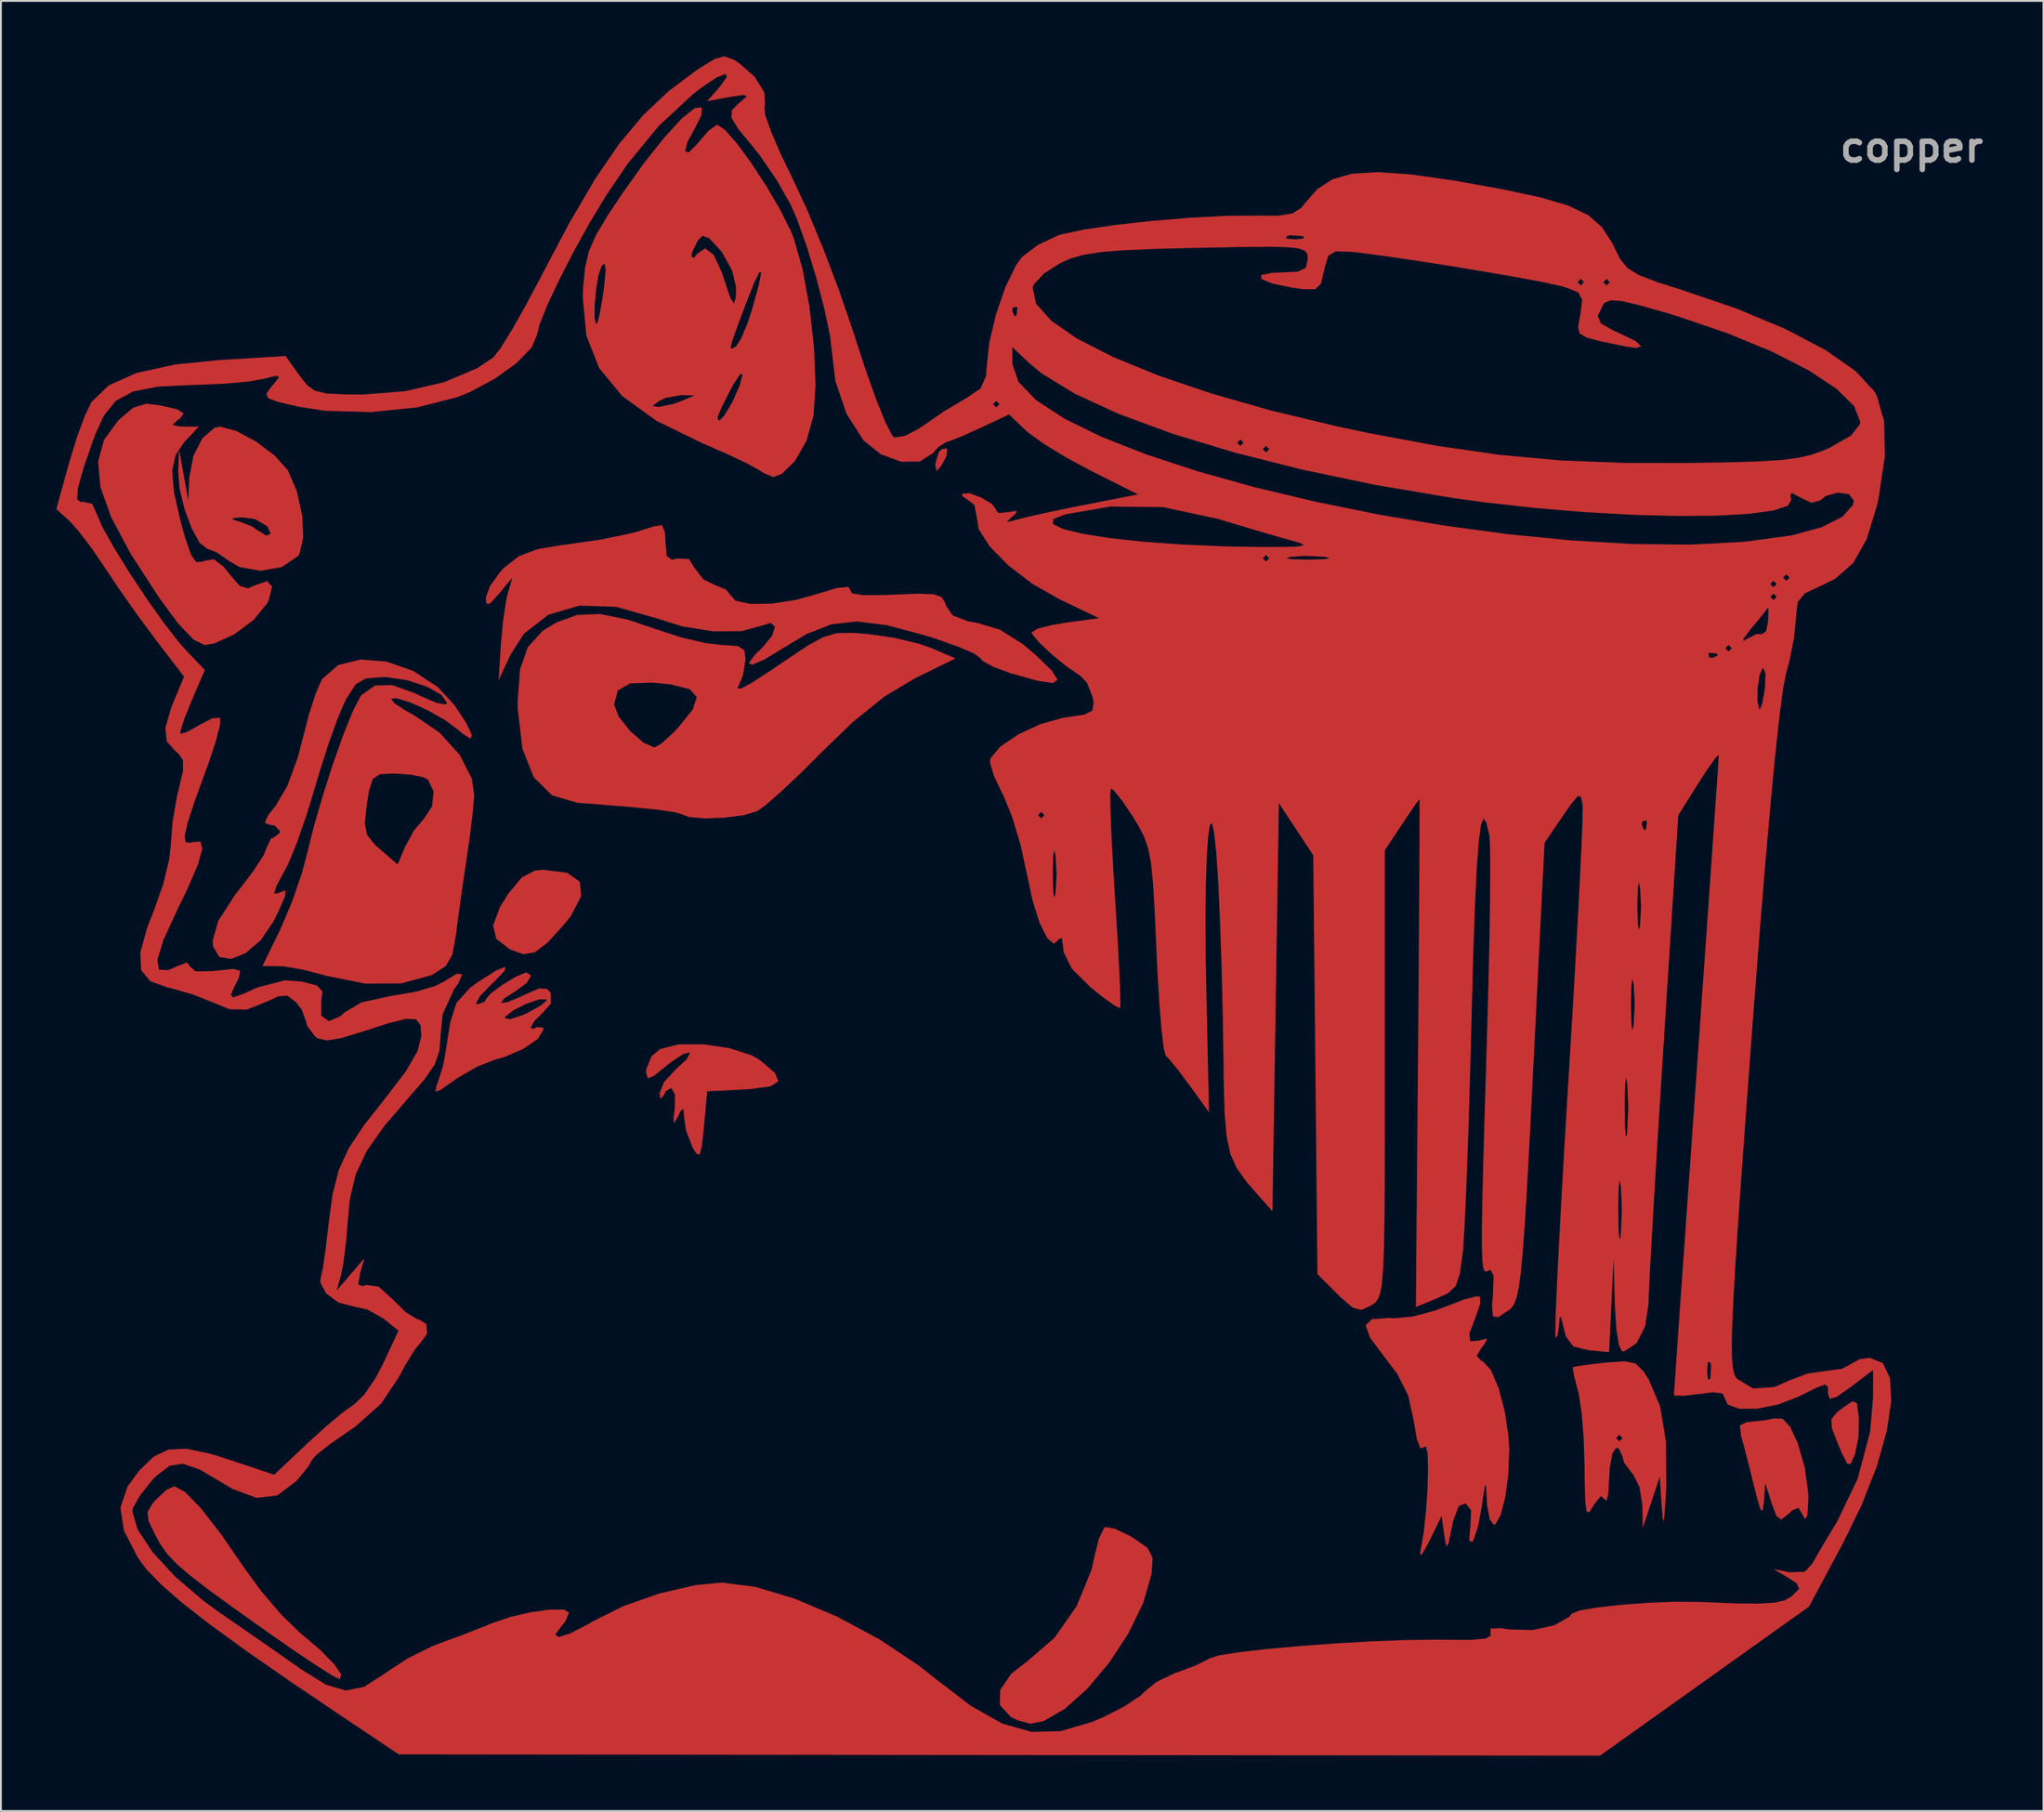
<source format=kicad_pcb>
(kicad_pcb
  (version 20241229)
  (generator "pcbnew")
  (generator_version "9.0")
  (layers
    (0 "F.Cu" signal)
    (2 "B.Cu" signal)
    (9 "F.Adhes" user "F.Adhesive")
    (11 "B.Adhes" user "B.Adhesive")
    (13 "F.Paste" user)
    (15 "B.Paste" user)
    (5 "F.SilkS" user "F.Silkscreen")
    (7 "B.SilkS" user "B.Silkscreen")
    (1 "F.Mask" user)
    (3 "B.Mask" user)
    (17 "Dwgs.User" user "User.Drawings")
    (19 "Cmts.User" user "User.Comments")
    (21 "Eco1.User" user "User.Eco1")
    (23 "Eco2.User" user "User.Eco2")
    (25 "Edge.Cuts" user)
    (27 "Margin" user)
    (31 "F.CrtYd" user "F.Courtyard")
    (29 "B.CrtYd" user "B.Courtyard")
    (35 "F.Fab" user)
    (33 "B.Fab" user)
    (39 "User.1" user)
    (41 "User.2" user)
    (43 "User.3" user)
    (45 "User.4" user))
  (footprint "copper"
    (layer "F.Cu")
    (at 49.697 43.031)
    (property "Reference" "copper" (at 50.8 -38.1 0) (layer "F.Fab") (effects (font (size 1.524 1.524) (thickness 0.3))))
    (attr board_only exclude_from_pos_files exclude_from_bom allow_missing_courtyard)
    (fp_poly (pts (xy -1.483 -21.36) (xy -1.74 -20.877) (xy -2.01 -20.551) (xy -2.081 -20.864) (xy -2.082 -20.943) (xy -1.905 -21.572) (xy -1.74 -21.747) (xy -1.432 -21.775)) (stroke (width 0) (type solid)) (fill yes) (layer "F.Cu"))
    (fp_poly (pts (xy 47.833 29.945) (xy 47.937 30.632) (xy 47.946 30.735) (xy 47.92 31.826) (xy 47.729 32.719) (xy 47.515 33.218) (xy 47.328 33.242) (xy 47.055 32.726) (xy 46.829 32.197) (xy 46.488 31.318) (xy 46.452 30.82) (xy 46.751 30.444) (xy 47.046 30.213) (xy 47.595 29.839)) (stroke (width 0) (type solid)) (fill yes) (layer "F.Cu"))
    (fp_poly (pts (xy -22.024 1.21) (xy -21.336 1.697) (xy -21.27 2.486) (xy -21.834 3.558) (xy -22.144 3.951) (xy -23.08 4.988) (xy -23.784 5.52) (xy -24.413 5.619) (xy -25.124 5.358) (xy -25.147 5.346) (xy -25.865 4.784) (xy -26.038 4.064) (xy -25.67 3.075) (xy -25.213 2.342) (xy -24.482 1.458) (xy -23.76 1.085) (xy -23.328 1.044)) (stroke (width 0) (type solid)) (fill yes) (layer "F.Cu"))
    (fp_poly (pts (xy 7.63 36.744) (xy 8.426 37.119) (xy 8.654 37.252) (xy 9.411 37.788) (xy 9.689 38.32) (xy 9.636 39.144) (xy 9.627 39.201) (xy 9.177 40.77) (xy 8.379 42.412) (xy 7.337 44.001) (xy 6.153 45.41) (xy 4.932 46.51) (xy 3.776 47.173) (xy 3.062 47.31) (xy 2.394 47.135) (xy 2.001 46.945) (xy 1.412 46.299) (xy 1.431 45.484) (xy 2.027 44.605) (xy 2.915 43.915) (xy 4.374 42.655) (xy 5.576 40.933) (xy 6.378 38.972) (xy 6.546 38.219) (xy 6.773 37.296) (xy 7.046 36.723) (xy 7.138 36.65)) (stroke (width 0) (type solid)) (fill yes) (layer "F.Cu"))
    (fp_poly (pts (xy 43.811 30.787) (xy 44.216 31.218) (xy 44.624 32.088) (xy 45.01 33.42) (xy 45.203 34.844) (xy 45.208 35.146) (xy 45.153 36.035) (xy 45.026 36.234) (xy 44.928 36.057) (xy 44.676 35.614) (xy 44.334 35.752) (xy 44.127 35.95) (xy 43.737 36.249) (xy 43.48 36.063) (xy 43.225 35.384) (xy 42.868 34.273) (xy 42.797 35.316) (xy 42.731 35.783) (xy 42.61 35.694) (xy 42.404 34.997) (xy 42.268 34.447) (xy 41.967 33.229) (xy 41.692 32.183) (xy 41.567 31.75) (xy 41.495 31.15) (xy 41.879 30.965) (xy 41.974 30.962) (xy 42.879 30.867) (xy 43.319 30.774)) (stroke (width 0) (type solid)) (fill yes) (layer "F.Cu"))
    (fp_poly (pts (xy -42.729 34.75) (xy -41.871 35.631) (xy -40.769 37.049) (xy -39.568 38.796) (xy -38.591 40.137) (xy -37.5 41.413) (xy -36.514 42.37) (xy -36.416 42.449) (xy -35.394 43.32) (xy -34.648 44.085) (xy -34.266 44.64) (xy -34.334 44.882) (xy -34.377 44.885) (xy -34.756 44.695) (xy -35.579 44.177) (xy -36.727 43.409) (xy -38.079 42.47) (xy -38.12 42.441) (xy -40.029 41.086) (xy -41.452 40.051) (xy -42.477 39.26) (xy -43.193 38.64) (xy -43.687 38.114) (xy -44.046 37.609) (xy -44.308 37.142) (xy -44.7 36.33) (xy -44.755 35.837) (xy -44.475 35.371) (xy -44.318 35.184) (xy -43.728 34.64) (xy -43.307 34.447)) (stroke (width 0) (type solid)) (fill yes) (layer "F.Cu"))
    (fp_poly (pts (xy -39.948 -22.733) (xy -38.871 -22.15) (xy -37.855 -21.386) (xy -37.161 -20.609) (xy -37.145 -20.583) (xy -36.664 -19.452) (xy -36.38 -18.16) (xy -36.323 -16.953) (xy -36.52 -16.079) (xy -36.599 -15.957) (xy -37.473 -15.36) (xy -38.635 -15.153) (xy -39.782 -15.359) (xy -40.313 -15.67) (xy -41.019 -16.158) (xy -41.531 -16.355) (xy -41.93 -16.664) (xy -42.364 -17.452) (xy -42.567 -18.001) (xy -40.175 -18.001) (xy -40.068 -17.905) (xy -39.84 -17.845) (xy -39.102 -17.56) (xy -38.813 -17.363) (xy -38.315 -17.058) (xy -38.083 -17.167) (xy -38.274 -17.571) (xy -38.932 -17.956) (xy -39.621 -18.053) (xy -40.175 -18.001) (xy -42.567 -18.001) (xy -42.754 -18.51) (xy -43.023 -19.629) (xy -43.096 -20.532) (xy -43.046 -21.747) (xy -42.797 -20.355) (xy -42.548 -18.963) (xy -42.499 -20.19) (xy -42.273 -21.378) (xy -41.776 -22.347) (xy -41.124 -22.902) (xy -40.824 -22.964)) (stroke (width 0) (type solid)) (fill yes) (layer "F.Cu"))
    (fp_poly (pts (xy -44.132 -24.129) (xy -43.158 -23.905) (xy -42.803 -23.687) (xy -42.989 -23.412) (xy -43.155 -23.299) (xy -43.397 -23.059) (xy -43.02 -22.974) (xy -42.824 -22.97) (xy -41.98 -22.964) (xy -42.775 -22.118) (xy -43.234 -21.438) (xy -43.418 -20.578) (xy -43.324 -19.403) (xy -42.951 -17.778) (xy -42.73 -16.992) (xy -42.406 -16.029) (xy -42.114 -15.624) (xy -41.753 -15.654) (xy -41.674 -15.695) (xy -41.166 -15.784) (xy -40.629 -15.37) (xy -40.332 -14.996) (xy -39.763 -14.339) (xy -39.315 -14.198) (xy -38.939 -14.366) (xy -38.28 -14.594) (xy -38.009 -14.299) (xy -38.187 -13.571) (xy -38.281 -13.383) (xy -39.001 -12.502) (xy -40.045 -11.72) (xy -41.134 -11.22) (xy -41.664 -11.134) (xy -42.26 -11.42) (xy -43.093 -12.294) (xy -44.1 -13.657) (xy -45.656 -16.056) (xy -46.721 -18.046) (xy -47.308 -19.697) (xy -47.433 -21.074) (xy -47.112 -22.247) (xy -46.36 -23.282) (xy -46.306 -23.336) (xy -45.527 -23.996) (xy -44.824 -24.204)) (stroke (width 0) (type solid)) (fill yes) (layer "F.Cu"))
    (fp_poly (pts (xy -13.231 10.709) (xy -12.017 11.103) (xy -11.577 11.359) (xy -10.774 12.047) (xy -10.578 12.504) (xy -11.016 12.78) (xy -12.114 12.925) (xy -12.416 12.943) (xy -14.44 13.048) (xy -14.614 14.962) (xy -14.726 16.019) (xy -14.845 16.477) (xy -15.021 16.43) (xy -15.223 16.115) (xy -15.582 15.176) (xy -15.682 14.55) (xy -15.724 13.994) (xy -15.869 14.1) (xy -16.037 14.44) (xy -16.238 14.78) (xy -16.264 14.525) (xy -16.195 14.005) (xy -16.185 13.223) (xy -16.381 12.863) (xy -16.681 13.037) (xy -16.819 13.309) (xy -16.973 13.448) (xy -17.022 13.16) (xy -16.786 12.559) (xy -16.177 11.891) (xy -16.126 11.851) (xy -15.556 11.317) (xy -15.372 10.965) (xy -15.387 10.941) (xy -15.738 11.027) (xy -16.397 11.463) (xy -16.658 11.673) (xy -17.346 12.226) (xy -17.658 12.346) (xy -17.742 12.062) (xy -17.745 11.873) (xy -17.463 11.164) (xy -16.999 10.76) (xy -16.005 10.507) (xy -14.655 10.5)) (stroke (width 0) (type solid)) (fill yes) (layer "F.Cu"))
    (fp_poly (pts (xy 35.854 27.8) (xy 36.286 28.229) (xy 36.553 28.647) (xy 37.18 30.124) (xy 37.494 32.029) (xy 37.511 34.462) (xy 37.494 34.795) (xy 37.423 35.904) (xy 37.367 36.353) (xy 37.316 36.18) (xy 37.261 35.49) (xy 37.157 33.925) (xy 36.698 35.316) (xy 36.24 36.708) (xy 36.213 35.446) (xy 36.059 34.484) (xy 35.716 33.8) (xy 35.664 33.751) (xy 35.222 33.158) (xy 35.142 32.838) (xy 34.94 32.403) (xy 34.795 32.359) (xy 34.586 32.671) (xy 34.448 33.465) (xy 34.419 34.012) (xy 34.369 34.863) (xy 34.271 35.24) (xy 34.199 35.177) (xy 33.969 34.978) (xy 33.622 35.4) (xy 33.552 35.525) (xy 33.334 35.858) (xy 33.198 35.816) (xy 33.124 35.309) (xy 33.093 34.246) (xy 33.086 33.403) (xy 33.038 31.867) (xy 33.036 31.837) (xy 34.795 31.837) (xy 34.968 32.011) (xy 35.142 31.837) (xy 34.968 31.663) (xy 34.795 31.837) (xy 33.036 31.837) (xy 32.923 30.45) (xy 32.763 29.41) (xy 32.722 29.25) (xy 32.511 28.449) (xy 32.444 28.013) (xy 32.452 27.992) (xy 32.813 27.921) (xy 33.643 27.812) (xy 34.215 27.747) (xy 35.25 27.672)) (stroke (width 0) (type solid)) (fill yes) (layer "F.Cu"))
    (fp_poly (pts (xy -25.394 6.492) (xy -25.951 7.086) (xy -26.177 7.297) (xy -26.764 7.909) (xy -26.958 8.285) (xy -26.879 8.34) (xy -26.474 8.177) (xy -26.444 8.078) (xy -26.178 7.757) (xy -25.554 7.292) (xy -24.835 6.855) (xy -24.283 6.619) (xy -24.215 6.611) (xy -23.981 6.779) (xy -24.215 7.17) (xy -24.811 7.618) (xy -24.878 7.655) (xy -25.456 8.03) (xy -25.606 8.261) (xy -25.238 8.211) (xy -24.511 7.907) (xy -24.342 7.822) (xy -23.548 7.473) (xy -23.113 7.499) (xy -22.92 7.709) (xy -22.913 8.298) (xy -23.314 8.754) (xy -23.816 9.258) (xy -24.013 9.612) (xy -23.839 9.663) (xy -23.66 9.568) (xy -23.339 9.592) (xy -23.312 9.714) (xy -23.615 10.205) (xy -24.387 10.739) (xy -25.423 11.189) (xy -25.922 11.33) (xy -26.888 11.703) (xy -27.952 12.316) (xy -28.159 12.463) (xy -28.879 12.972) (xy -29.162 13.065) (xy -29.106 12.766) (xy -29.071 12.678) (xy -28.772 11.75) (xy -28.676 11.308) (xy -28.546 10.497) (xy -28.378 9.436) (xy -28.358 9.31) (xy -28.285 9.083) (xy -25.4 9.083) (xy -25.127 9.142) (xy -24.447 8.922) (xy -24.187 8.805) (xy -23.455 8.403) (xy -23.125 8.113) (xy -23.132 8.068) (xy -23.543 8.066) (xy -24.249 8.31) (xy -24.956 8.667) (xy -25.375 9.008) (xy -25.4 9.083) (xy -28.285 9.083) (xy -28.022 8.257) (xy -27.28 7.434) (xy -26.87 7.135) (xy -25.88 6.51) (xy -25.379 6.298)) (stroke (width 0) (type solid)) (fill yes) (layer "F.Cu"))
    (fp_poly (pts (xy -18.73 -12.504) (xy -17.257 -12.004) (xy -15.877 -11.556) (xy -14.55 -11.242) (xy -13.637 -11.134) (xy -12.776 -11.079) (xy -12.417 -10.832) (xy -12.364 -10.334) (xy -12.499 -9.513) (xy -12.657 -9.116) (xy -12.802 -8.793) (xy -12.623 -8.767) (xy -12.053 -9.07) (xy -11.027 -9.735) (xy -10.186 -10.305) (xy -8.999 -11.099) (xy -8.158 -11.563) (xy -7.437 -11.771) (xy -6.612 -11.795) (xy -5.746 -11.731) (xy -4.336 -11.53) (xy -2.982 -11.208) (xy -2.323 -10.979) (xy -0.993 -10.408) (xy -3.193 -9.326) (xy -4.824 -8.352) (xy -6.551 -6.961) (xy -8.177 -5.389) (xy -9.363 -4.205) (xy -10.444 -3.185) (xy -11.288 -2.449) (xy -11.72 -2.137) (xy -12.457 -1.915) (xy -13.497 -1.778) (xy -14.573 -1.739) (xy -15.42 -1.811) (xy -15.74 -1.938) (xy -16.146 -2.068) (xy -17.136 -2.211) (xy -18.746 -2.371) (xy -21.01 -2.551) (xy -21.465 -2.584) (xy -22.836 -2.983) (xy -23.83 -3.96) (xy -24.45 -5.517) (xy -24.699 -7.659) (xy -24.702 -7.908) (xy -19.485 -7.908) (xy -19.229 -7.249) (xy -18.618 -6.476) (xy -17.884 -5.837) (xy -17.291 -5.58) (xy -16.904 -5.807) (xy -16.265 -6.394) (xy -15.986 -6.689) (xy -15.216 -7.651) (xy -15.004 -8.314) (xy -15.384 -8.741) (xy -16.396 -8.995) (xy -17.402 -9.098) (xy -18.618 -9.055) (xy -19.285 -8.668) (xy -19.485 -7.908) (xy -24.702 -7.908) (xy -24.704 -8.088) (xy -24.581 -9.802) (xy -24.157 -11.018) (xy -23.355 -11.897) (xy -22.613 -12.354) (xy -21.486 -12.763) (xy -20.248 -12.817)) (stroke (width 0) (type solid)) (fill yes) (layer "F.Cu"))
    (fp_poly (pts (xy 27.419 24.172) (xy 27.424 24.583) (xy 27.196 25.241) (xy 26.845 26.172) (xy 26.898 26.59) (xy 27.364 26.555) (xy 27.401 26.542) (xy 27.807 26.437) (xy 27.687 26.705) (xy 27.535 26.896) (xy 27.242 27.379) (xy 27.476 27.635) (xy 27.583 27.68) (xy 28.017 28.157) (xy 28.431 29.135) (xy 28.769 30.419) (xy 28.973 31.814) (xy 29.006 32.479) (xy 28.953 33.815) (xy 28.785 35.051) (xy 28.541 36.007) (xy 28.257 36.502) (xy 28.168 36.534) (xy 27.943 36.226) (xy 27.803 35.463) (xy 27.789 35.229) (xy 27.755 34.497) (xy 27.707 34.36) (xy 27.615 34.855) (xy 27.514 35.563) (xy 27.32 36.589) (xy 27.09 37.314) (xy 26.988 37.476) (xy 26.844 37.378) (xy 26.879 36.777) (xy 26.901 36.653) (xy 26.938 35.744) (xy 26.643 35.374) (xy 26.27 35.516) (xy 25.975 36.293) (xy 25.9 36.648) (xy 25.725 37.506) (xy 25.616 37.73) (xy 25.526 37.372) (xy 25.483 37.078) (xy 25.341 36.055) (xy 24.67 37.425) (xy 24.308 38.09) (xy 24.167 38.172) (xy 24.203 37.926) (xy 24.367 36.988) (xy 24.493 35.829) (xy 24.576 34.615) (xy 24.607 33.51) (xy 24.583 32.68) (xy 24.495 32.289) (xy 24.419 32.317) (xy 24.192 32.398) (xy 23.997 31.885) (xy 23.838 30.925) (xy 23.534 29.539) (xy 22.939 28.356) (xy 22.231 27.423) (xy 21.455 26.38) (xy 21.229 25.724) (xy 21.571 25.392) (xy 22.499 25.325) (xy 22.817 25.342) (xy 23.792 25.246) (xy 25.009 24.92) (xy 25.576 24.703) (xy 26.546 24.333) (xy 27.23 24.156)) (stroke (width 0) (type solid)) (fill yes) (layer "F.Cu"))
    (fp_poly (pts (xy -16.721 -17.225) (xy -16.701 -16.715) (xy -16.636 -15.969) (xy -16.361 -15.756) (xy -16.034 -15.823) (xy -15.423 -15.792) (xy -15.14 -15.325) (xy -14.651 -14.695) (xy -14.069 -14.403) (xy -13.428 -14.14) (xy -13.222 -13.896) (xy -12.914 -13.535) (xy -12.104 -13.36) (xy -10.958 -13.373) (xy -9.645 -13.575) (xy -8.65 -13.852) (xy -7.435 -14.217) (xy -6.797 -14.288) (xy -6.714 -14.151) (xy -6.602 -13.935) (xy -5.996 -13.836) (xy -4.813 -13.842) (xy -4.284 -13.865) (xy -2.952 -13.916) (xy -2.156 -13.88) (xy -1.74 -13.724) (xy -1.547 -13.414) (xy -1.507 -13.277) (xy -1.157 -12.749) (xy -0.347 -12.429) (xy 0.171 -12.334) (xy 1.407 -11.968) (xy 2.66 -11.178) (xy 3.353 -10.594) (xy 4.221 -9.754) (xy 4.541 -9.253) (xy 4.292 -9.073) (xy 3.448 -9.197) (xy 2.001 -9.603) (xy 1.05 -9.953) (xy 0.453 -10.285) (xy 0.348 -10.428) (xy 0.038 -10.661) (xy -0.793 -11.023) (xy -1.996 -11.451) (xy -2.688 -11.67) (xy -4.727 -12.211) (xy -6.343 -12.41) (xy -7.73 -12.251) (xy -9.083 -11.715) (xy -10.295 -10.986) (xy -11.345 -10.347) (xy -11.995 -10.066) (xy -12.19 -10.144) (xy -11.874 -10.582) (xy -11.482 -10.96) (xy -10.935 -11.611) (xy -10.773 -12.12) (xy -11 -12.334) (xy -11.459 -12.19) (xy -12.591 -11.884) (xy -14.115 -11.874) (xy -15.799 -12.145) (xy -17.123 -12.562) (xy -19.358 -13.201) (xy -21.348 -13.269) (xy -23.036 -12.78) (xy -24.362 -11.749) (xy -25.092 -10.612) (xy -25.739 -9.221) (xy -25.616 -11.134) (xy -25.501 -12.389) (xy -25.34 -13.486) (xy -25.243 -13.918) (xy -24.993 -14.788) (xy -25.711 -13.918) (xy -26.199 -13.382) (xy -26.401 -13.374) (xy -26.436 -13.684) (xy -26.208 -14.327) (xy -25.632 -15.121) (xy -25.459 -15.304) (xy -24.642 -15.946) (xy -23.629 -16.329) (xy -22.415 -16.53) (xy -20.211 -16.845) (xy -18.423 -17.217) (xy -17.31 -17.568) (xy -16.887 -17.627)) (stroke (width 0) (type solid)) (fill yes) (layer "F.Cu"))
    (fp_poly (pts (xy -14.753 -39.845) (xy -15.088 -39.167) (xy -15.521 -38.369) (xy -15.633 -37.883) (xy -15.447 -37.816) (xy -14.984 -38.279) (xy -14.922 -38.361) (xy -14.354 -39.008) (xy -13.919 -39.314) (xy -13.888 -39.318) (xy -13.465 -39.035) (xy -12.813 -38.286) (xy -12.033 -37.217) (xy -11.223 -35.976) (xy -10.483 -34.71) (xy -9.911 -33.565) (xy -9.758 -33.191) (xy -9.275 -31.506) (xy -8.897 -29.435) (xy -8.653 -27.24) (xy -8.573 -25.186) (xy -8.681 -23.566) (xy -9.06 -22.205) (xy -9.667 -21.136) (xy -9.749 -21.044) (xy -10.399 -20.405) (xy -10.857 -20.229) (xy -11.393 -20.458) (xy -11.666 -20.635) (xy -12.324 -20.993) (xy -13.4 -21.501) (xy -14.664 -22.051) (xy -14.705 -22.068) (xy -17.197 -23.284) (xy -17.481 -23.49) (xy -13.879 -23.49) (xy -13.858 -23.329) (xy -13.753 -23.312) (xy -13.499 -23.587) (xy -13.1 -24.257) (xy -13.057 -24.339) (xy -12.687 -25.178) (xy -12.526 -25.79) (xy -12.526 -25.804) (xy -12.66 -25.799) (xy -13 -25.29) (xy -13.222 -24.878) (xy -13.685 -23.954) (xy -13.879 -23.49) (xy -17.481 -23.49) (xy -18.307 -24.088) (xy -17.396 -24.088) (xy -17.137 -24.035) (xy -17.049 -24.038) (xy -16.303 -24.188) (xy -15.832 -24.356) (xy -15.136 -24.655) (xy -15.832 -24.674) (xy -16.686 -24.525) (xy -17.049 -24.356) (xy -17.396 -24.088) (xy -18.307 -24.088) (xy -19.043 -24.621) (xy -20.291 -26.139) (xy -20.723 -27.232) (xy -13.173 -27.232) (xy -13.089 -27.189) (xy -12.883 -27.308) (xy -12.6 -27.738) (xy -12.239 -28.613) (xy -12.013 -29.305) (xy -11.648 -30.625) (xy -11.516 -31.308) (xy -11.606 -31.347) (xy -11.908 -30.732) (xy -12.364 -29.575) (xy -12.838 -28.304) (xy -13.099 -27.563) (xy -13.173 -27.232) (xy -20.723 -27.232) (xy -20.987 -27.901) (xy -21.076 -28.857) (xy -20.54 -28.857) (xy -20.459 -28.535) (xy -20.399 -28.561) (xy -20.283 -28.96) (xy -20.128 -29.821) (xy -20.037 -30.445) (xy -19.938 -31.44) (xy -19.997 -31.8) (xy -20.161 -31.663) (xy -20.327 -31.18) (xy -20.457 -30.403) (xy -20.534 -29.554) (xy -20.54 -28.857) (xy -21.076 -28.857) (xy -21.18 -29.969) (xy -21.158 -30.505) (xy -21.055 -31.581) (xy -20.915 -32.185) (xy -15.299 -32.185) (xy -15.16 -32.112) (xy -14.995 -32.316) (xy -14.557 -32.628) (xy -14.092 -32.278) (xy -13.635 -31.298) (xy -13.524 -30.953) (xy -13.194 -29.959) (xy -12.99 -29.634) (xy -12.891 -29.966) (xy -12.876 -30.532) (xy -13.097 -31.437) (xy -13.637 -32.405) (xy -13.737 -32.533) (xy -14.327 -33.172) (xy -14.691 -33.302) (xy -14.948 -33.055) (xy -15.253 -32.425) (xy -15.299 -32.185) (xy -20.915 -32.185) (xy -20.85 -32.465) (xy -20.459 -33.356) (xy -19.8 -34.455) (xy -19.059 -35.565) (xy -17.844 -37.269) (xy -16.739 -38.66) (xy -15.809 -39.667) (xy -15.119 -40.22) (xy -14.744 -40.26)) (stroke (width 0) (type solid)) (fill yes) (layer "F.Cu"))
    (fp_poly (pts (xy -31.805 -10.233) (xy -30.36 -9.726) (xy -29.036 -8.858) (xy -28.158 -7.912) (xy -27.493 -6.911) (xy -27.189 -6.271) (xy -27.255 -6.057) (xy -27.701 -6.331) (xy -27.927 -6.534) (xy -28.644 -7.067) (xy -29.58 -7.597) (xy -30.524 -8.024) (xy -31.263 -8.249) (xy -31.56 -8.221) (xy -31.386 -7.981) (xy -30.751 -7.564) (xy -30.325 -7.334) (xy -28.935 -6.385) (xy -27.846 -5.181) (xy -27.19 -3.895) (xy -27.059 -3.017) (xy -27.136 -2.103) (xy -27.293 -0.796) (xy -27.482 0.522) (xy -27.71 2.048) (xy -27.923 3.568) (xy -28.054 4.586) (xy -28.243 5.639) (xy -28.596 6.257) (xy -29.273 6.699) (xy -29.399 6.76) (xy -31.022 7.202) (xy -32.98 7.212) (xy -35.064 6.791) (xy -35.142 6.767) (xy -36.303 6.462) (xy -37.343 6.285) (xy -37.621 6.268) (xy -38.533 6.263) (xy -37.559 4.262) (xy -36.938 2.805) (xy -36.394 1.225) (xy -36.159 0.348) (xy -35.754 -1.272) (xy -35.69 -1.493) (xy -32.986 -1.493) (xy -32.868 -0.847) (xy -32.438 -0.312) (xy -32.164 -0.068) (xy -31.207 0.755) (xy -30.793 -0.232) (xy -30.301 -1.112) (xy -29.803 -1.695) (xy -29.343 -2.388) (xy -29.261 -3.196) (xy -29.559 -3.828) (xy -29.778 -3.964) (xy -30.505 -4.113) (xy -31.478 -4.175) (xy -32.178 -4.13) (xy -32.555 -3.872) (xy -32.762 -3.22) (xy -32.874 -2.533) (xy -32.986 -1.493) (xy -35.69 -1.493) (xy -35.245 -3.031) (xy -34.684 -4.774) (xy -34.124 -6.344) (xy -33.619 -7.587) (xy -33.222 -8.346) (xy -33.153 -8.435) (xy -32.428 -8.938) (xy -31.505 -8.965) (xy -30.248 -8.511) (xy -29.909 -8.344) (xy -29.091 -7.994) (xy -28.597 -7.915) (xy -28.532 -7.987) (xy -28.842 -8.44) (xy -29.634 -8.883) (xy -30.697 -9.228) (xy -31.82 -9.391) (xy -31.987 -9.395) (xy -32.914 -9.328) (xy -33.48 -9.01) (xy -33.968 -8.257) (xy -34.068 -8.062) (xy -34.467 -7.129) (xy -34.959 -5.756) (xy -35.464 -4.179) (xy -35.676 -3.452) (xy -36.154 -1.888) (xy -36.654 -0.45) (xy -37.096 0.641) (xy -37.265 0.977) (xy -37.768 1.908) (xy -37.898 2.332) (xy -37.673 2.317) (xy -37.578 2.262) (xy -37.286 2.168) (xy -37.307 2.486) (xy -37.658 3.291) (xy -37.94 3.855) (xy -38.637 4.874) (xy -39.445 5.561) (xy -40.231 5.875) (xy -40.862 5.772) (xy -41.204 5.211) (xy -41.232 4.903) (xy -40.927 3.819) (xy -40.015 2.403) (xy -39.753 2.072) (xy -39 1.08) (xy -38.467 0.25) (xy -38.274 -0.221) (xy -38.07 -0.653) (xy -37.926 -0.696) (xy -37.588 -0.961) (xy -37.578 -1.044) (xy -37.862 -1.348) (xy -38.131 -1.392) (xy -38.4 -1.501) (xy -38.226 -1.903) (xy -37.813 -2.427) (xy -37.186 -3.487) (xy -36.62 -5.03) (xy -36.369 -5.993) (xy -36.019 -7.349) (xy -35.641 -8.522) (xy -35.313 -9.267) (xy -35.298 -9.291) (xy -34.429 -10.046) (xy -33.213 -10.349)) (stroke (width 0) (type solid)) (fill yes) (layer "F.Cu"))
    (fp_poly (pts (xy -13.002 -42.846) (xy -12.717 -42.666) (xy -11.862 -41.914) (xy -11.352 -41.088) (xy -11.303 -40.388) (xy -11.348 -40.298) (xy -11.296 -39.846) (xy -10.97 -38.922) (xy -10.425 -37.665) (xy -9.806 -36.391) (xy -9.027 -34.717) (xy -8.158 -32.619) (xy -7.296 -30.342) (xy -6.537 -28.132) (xy -6.407 -27.723) (xy -5.818 -25.925) (xy -5.262 -24.377) (xy -4.783 -23.199) (xy -4.43 -22.507) (xy -4.307 -22.378) (xy -3.743 -22.455) (xy -2.937 -22.875) (xy -2.693 -23.048) (xy -1.624 -23.786) (xy -0.959 -24.182) (xy 1.044 -24.182) (xy 1.218 -24.008) (xy 1.392 -24.182) (xy 1.218 -24.356) (xy 1.044 -24.182) (xy -0.959 -24.182) (xy -0.528 -24.439) (xy -0.435 -24.488) (xy 0.362 -25.031) (xy 0.668 -25.712) (xy 0.696 -26.169) (xy 0.811 -27.27) (xy 2.088 -27.27) (xy 2.088 -26.366) (xy 2.424 -25.389) (xy 3.386 -24.395) (xy 4.907 -23.398) (xy 6.917 -22.414) (xy 9.348 -21.458) (xy 12.13 -20.544) (xy 15.197 -19.687) (xy 18.478 -18.904) (xy 21.906 -18.208) (xy 25.411 -17.615) (xy 28.926 -17.14) (xy 32.381 -16.799) (xy 35.708 -16.605) (xy 38.838 -16.574) (xy 41.703 -16.722) (xy 44.235 -17.062) (xy 44.358 -17.086) (xy 45.932 -17.517) (xy 47.053 -18.081) (xy 47.62 -18.719) (xy 47.668 -18.967) (xy 47.397 -19.31) (xy 46.786 -19.389) (xy 46.138 -19.206) (xy 45.852 -18.963) (xy 45.374 -18.844) (xy 44.845 -19.084) (xy 44.314 -19.372) (xy 44.219 -19.242) (xy 44.291 -19.025) (xy 44.107 -18.682) (xy 43.315 -18.42) (xy 41.998 -18.241) (xy 40.24 -18.142) (xy 38.123 -18.124) (xy 35.73 -18.187) (xy 33.146 -18.33) (xy 30.452 -18.553) (xy 27.732 -18.855) (xy 25.922 -19.104) (xy 21.738 -19.811) (xy 17.765 -20.643) (xy 14.078 -21.576) (xy 13.517 -21.747) (xy 15.658 -21.747) (xy 15.832 -21.573) (xy 16.005 -21.747) (xy 15.832 -21.921) (xy 15.658 -21.747) (xy 13.517 -21.747) (xy 12.372 -22.095) (xy 14.266 -22.095) (xy 14.44 -21.921) (xy 14.614 -22.095) (xy 14.44 -22.268) (xy 14.266 -22.095) (xy 12.372 -22.095) (xy 10.75 -22.587) (xy 7.857 -23.652) (xy 5.475 -24.748) (xy 3.676 -25.849) (xy 3.045 -26.372) (xy 2.088 -27.27) (xy 0.811 -27.27) (xy 0.836 -27.504) (xy 1.203 -29.042) (xy 1.267 -29.227) (xy 2.088 -29.227) (xy 2.215 -28.941) (xy 2.32 -28.995) (xy 2.361 -29.408) (xy 2.32 -29.459) (xy 2.113 -29.412) (xy 2.088 -29.227) (xy 1.267 -29.227) (xy 1.705 -30.501) (xy 3.187 -30.501) (xy 3.371 -29.636) (xy 4.194 -28.705) (xy 5.606 -27.73) (xy 7.555 -26.734) (xy 9.991 -25.738) (xy 12.862 -24.764) (xy 16.118 -23.835) (xy 19.707 -22.973) (xy 21.365 -22.623) (xy 25.13 -21.92) (xy 28.513 -21.433) (xy 31.784 -21.134) (xy 35.213 -21) (xy 38.448 -20.995) (xy 40.743 -21.028) (xy 42.465 -21.079) (xy 43.737 -21.158) (xy 44.684 -21.28) (xy 45.427 -21.456) (xy 46.09 -21.701) (xy 46.364 -21.822) (xy 47.519 -22.48) (xy 48 -23.094) (xy 48.016 -23.228) (xy 47.686 -24.074) (xy 46.737 -25.013) (xy 45.237 -26.009) (xy 43.251 -27.023) (xy 40.845 -28.018) (xy 38.085 -28.957) (xy 37.641 -29.092) (xy 36.113 -29.532) (xy 35.114 -29.767) (xy 34.515 -29.812) (xy 34.186 -29.685) (xy 34.08 -29.557) (xy 33.802 -28.966) (xy 33.969 -28.555) (xy 34.677 -28.157) (xy 34.968 -28.032) (xy 35.843 -27.605) (xy 36.155 -27.318) (xy 35.876 -27.226) (xy 35.316 -27.307) (xy 33.975 -27.586) (xy 33.182 -27.794) (xy 32.812 -28.021) (xy 32.736 -28.358) (xy 32.827 -28.896) (xy 32.858 -29.052) (xy 32.954 -29.83) (xy 32.746 -30.239) (xy 32.068 -30.507) (xy 31.763 -30.591) (xy 30.893 -30.783) (xy 30.84 -30.793) (xy 32.707 -30.793) (xy 32.881 -30.619) (xy 33.055 -30.793) (xy 34.099 -30.793) (xy 34.273 -30.619) (xy 34.447 -30.793) (xy 34.273 -30.967) (xy 34.099 -30.793) (xy 33.055 -30.793) (xy 32.881 -30.967) (xy 32.707 -30.793) (xy 30.84 -30.793) (xy 29.507 -31.044) (xy 27.778 -31.345) (xy 25.88 -31.658) (xy 23.985 -31.955) (xy 22.266 -32.208) (xy 20.897 -32.388) (xy 20.467 -32.435) (xy 19.613 -32.467) (xy 19.204 -32.225) (xy 18.997 -31.543) (xy 18.972 -31.415) (xy 18.799 -30.702) (xy 18.494 -30.408) (xy 17.836 -30.411) (xy 17.294 -30.488) (xy 16.168 -30.72) (xy 15.58 -30.967) (xy 15.569 -31.178) (xy 16.178 -31.301) (xy 16.632 -31.315) (xy 17.566 -31.365) (xy 17.992 -31.576) (xy 18.093 -32.041) (xy 18.093 -32.045) (xy 18.071 -32.309) (xy 17.941 -32.498) (xy 17.605 -32.621) (xy 16.968 -32.689) (xy 15.932 -32.711) (xy 14.401 -32.696) (xy 12.279 -32.656) (xy 12.091 -32.652) (xy 9.818 -32.595) (xy 8.12 -32.523) (xy 6.875 -32.422) (xy 5.963 -32.279) (xy 5.263 -32.08) (xy 4.697 -31.835) (xy 3.82 -31.275) (xy 3.266 -30.691) (xy 3.187 -30.501) (xy 1.705 -30.501) (xy 1.715 -30.531) (xy 2.293 -31.718) (xy 2.612 -32.155) (xy 3.481 -32.817) (xy 4.212 -33.158) (xy 16.919 -33.158) (xy 17.397 -33.11) (xy 17.891 -33.164) (xy 17.832 -33.285) (xy 17.12 -33.331) (xy 16.962 -33.285) (xy 16.919 -33.158) (xy 4.212 -33.158) (xy 4.585 -33.333) (xy 4.742 -33.381) (xy 5.965 -33.642) (xy 7.676 -33.892) (xy 9.668 -34.114) (xy 11.733 -34.285) (xy 13.663 -34.387) (xy 15.238 -34.399) (xy 16.489 -34.396) (xy 17.248 -34.512) (xy 17.718 -34.799) (xy 17.956 -35.089) (xy 18.614 -35.841) (xy 19.428 -36.366) (xy 20.486 -36.668) (xy 21.875 -36.754) (xy 23.68 -36.63) (xy 25.989 -36.303) (xy 28.587 -35.835) (xy 30.68 -35.391) (xy 32.202 -34.943) (xy 33.275 -34.428) (xy 34.021 -33.782) (xy 34.564 -32.944) (xy 34.675 -32.712) (xy 35.024 -32.026) (xy 35.426 -31.546) (xy 36.039 -31.17) (xy 37.026 -30.795) (xy 38.274 -30.4) (xy 41.327 -29.36) (xy 43.97 -28.253) (xy 46.138 -27.114) (xy 47.762 -25.979) (xy 48.777 -24.885) (xy 48.911 -24.657) (xy 49.317 -23.232) (xy 49.348 -21.323) (xy 49.002 -19.036) (xy 48.93 -18.715) (xy 48.367 -16.868) (xy 47.64 -15.579) (xy 46.657 -14.717) (xy 45.893 -14.345) (xy 45.022 -13.936) (xy 44.632 -13.469) (xy 44.538 -12.701) (xy 44.537 -12.591) (xy 44.432 -11.52) (xy 44.168 -10.204) (xy 44.003 -9.599) (xy 43.842 -8.784) (xy 43.644 -7.3) (xy 43.413 -5.174) (xy 43.15 -2.433) (xy 42.859 0.896) (xy 42.542 4.789) (xy 42.2 9.217) (xy 42.135 10.09) (xy 41.838 14.108) (xy 41.592 17.489) (xy 41.396 20.29) (xy 41.248 22.567) (xy 41.143 24.377) (xy 41.082 25.776) (xy 41.059 26.822) (xy 41.075 27.572) (xy 41.125 28.081) (xy 41.207 28.406) (xy 41.319 28.605) (xy 41.331 28.618) (xy 42.214 29.148) (xy 43.36 29.072) (xy 44.189 28.705) (xy 45.191 28.335) (xy 46.169 28.196) (xy 47.005 28.088) (xy 47.489 27.845) (xy 47.495 27.836) (xy 47.976 27.563) (xy 48.531 27.488) (xy 49.246 27.777) (xy 49.63 28.591) (xy 49.695 29.849) (xy 49.452 31.469) (xy 48.914 33.369) (xy 48.091 35.469) (xy 47.126 37.446) (xy 45.244 40.966) (xy 39.584 45.004) (xy 33.925 49.041) (xy 1.392 49.008) (xy -31.141 48.974) (xy -33.925 47.114) (xy -36.924 45.09) (xy -39.38 43.385) (xy -41.344 41.959) (xy -42.869 40.77) (xy -44.008 39.78) (xy -44.811 38.947) (xy -45.269 38.335) (xy -46.034 36.849) (xy -46.223 35.606) (xy -45.835 34.451) (xy -45.197 33.589) (xy -44.42 32.842) (xy -43.619 32.455) (xy -42.632 32.415) (xy -41.294 32.703) (xy -40.067 33.092) (xy -37.897 33.824) (xy -36.076 32.102) (xy -35.066 31.186) (xy -34.161 30.433) (xy -33.557 30.006) (xy -33.552 30.003) (xy -33.019 29.489) (xy -32.396 28.565) (xy -32.005 27.823) (xy -31.16 26.019) (xy -31.972 25.362) (xy -32.838 24.875) (xy -33.59 24.704) (xy -34.411 24.494) (xy -35.087 23.993) (xy -35.4 23.391) (xy -35.371 23.154) (xy -35.256 22.615) (xy -35.109 21.603) (xy -34.962 20.334) (xy -34.961 20.328) (xy -34.738 18.654) (xy -34.403 17.328) (xy -33.858 16.134) (xy -33.009 14.857) (xy -31.888 13.439) (xy -30.761 11.961) (xy -30.121 10.851) (xy -29.923 10.046) (xy -29.974 9.454) (xy -30.208 9.149) (xy -30.745 9.12) (xy -31.706 9.358) (xy -32.996 9.777) (xy -34.255 10.164) (xy -35.046 10.291) (xy -35.539 10.177) (xy -35.674 10.083) (xy -36.11 9.504) (xy -36.186 9.203) (xy -36.414 8.606) (xy -36.73 8.204) (xy -37.186 7.864) (xy -37.694 7.907) (xy -38.279 8.179) (xy -39.371 8.619) (xy -40.299 8.604) (xy -41.29 8.203) (xy -42.308 7.798) (xy -43.508 7.455) (xy -43.667 7.421) (xy -44.61 7.08) (xy -45.099 6.485) (xy -45.149 5.546) (xy -44.776 4.177) (xy -44.383 3.178) (xy -43.906 1.825) (xy -43.583 0.49) (xy -43.493 -0.332) (xy -43.396 -1.579) (xy -43.154 -2.968) (xy -43.064 -3.333) (xy -42.832 -4.337) (xy -42.839 -4.908) (xy -43.106 -5.274) (xy -43.238 -5.377) (xy -43.713 -5.91) (xy -43.792 -6.634) (xy -43.481 -7.72) (xy -43.309 -8.147) (xy -42.777 -9.421) (xy -44.304 -11.408) (xy -45.317 -12.777) (xy -46.371 -14.279) (xy -47.056 -15.31) (xy -47.813 -16.42) (xy -48.538 -17.366) (xy -48.989 -17.859) (xy -49.697 -18.495) (xy -49.551 -19.026) (xy -48.566 -19.026) (xy -48.348 -18.866) (xy -48.24 -18.896) (xy -47.757 -18.783) (xy -47.534 -18.3) (xy -47.219 -17.564) (xy -46.59 -16.437) (xy -45.752 -15.081) (xy -44.812 -13.66) (xy -43.876 -12.336) (xy -43.049 -11.273) (xy -42.71 -10.89) (xy -41.65 -9.777) (xy -42.371 -8.11) (xy -42.757 -7.152) (xy -42.966 -6.495) (xy -42.975 -6.325) (xy -42.638 -6.411) (xy -41.983 -6.781) (xy -41.947 -6.804) (xy -41.254 -7.159) (xy -40.831 -7.196) (xy -40.823 -7.189) (xy -40.836 -6.785) (xy -41.061 -5.908) (xy -41.451 -4.729) (xy -41.556 -4.445) (xy -42.195 -2.693) (xy -42.586 -1.499) (xy -42.745 -0.779) (xy -42.689 -0.447) (xy -42.433 -0.419) (xy -42.327 -0.454) (xy -41.889 -0.486) (xy -41.787 -0.091) (xy -42.031 0.777) (xy -42.632 2.162) (xy -43.155 3.234) (xy -43.895 4.849) (xy -44.222 5.918) (xy -44.136 6.458) (xy -43.636 6.484) (xy -43.183 6.283) (xy -42.613 6.065) (xy -42.449 6.287) (xy -42.449 6.297) (xy -42.14 6.549) (xy -41.203 6.534) (xy -41.058 6.516) (xy -40.113 6.416) (xy -39.738 6.518) (xy -39.814 6.914) (xy -40.026 7.33) (xy -40.245 7.817) (xy -40.125 7.96) (xy -39.562 7.767) (xy -38.846 7.435) (xy -37.315 7.033) (xy -36.396 7.103) (xy -35.575 7.316) (xy -35.284 7.635) (xy -35.342 8.155) (xy -35.342 8.948) (xy -34.941 9.248) (xy -34.302 8.973) (xy -34.104 8.784) (xy -33.168 8.231) (xy -31.595 7.882) (xy -31.434 7.862) (xy -30.201 7.646) (xy -29.172 7.342) (xy -28.726 7.117) (xy -27.993 6.667) (xy -27.712 6.709) (xy -27.926 7.21) (xy -28.158 7.528) (xy -28.767 8.861) (xy -28.879 9.96) (xy -28.942 10.85) (xy -29.201 11.596) (xy -29.766 12.418) (xy -30.537 13.305) (xy -31.933 14.931) (xy -32.882 16.279) (xy -33.471 17.522) (xy -33.787 18.827) (xy -33.892 19.879) (xy -34.001 21.199) (xy -34.147 22.355) (xy -34.266 22.964) (xy -34.506 23.834) (xy -33.758 22.964) (xy -33.011 22.095) (xy -33.247 22.93) (xy -33.343 23.517) (xy -33.08 23.602) (xy -32.897 23.541) (xy -32.238 23.628) (xy -31.434 24.358) (xy -30.752 25.031) (xy -30.165 25.384) (xy -30.066 25.4) (xy -29.658 25.652) (xy -29.61 26.179) (xy -29.93 26.622) (xy -30.276 27.037) (xy -30.785 27.866) (xy -31.142 28.534) (xy -32.102 29.97) (xy -33.485 31.2) (xy -33.919 31.501) (xy -34.894 32.18) (xy -35.585 32.723) (xy -35.838 33.005) (xy -36.053 33.387) (xy -36.584 34.038) (xy -36.722 34.189) (xy -37.734 34.945) (xy -38.851 35.076) (xy -40.166 34.585) (xy -40.63 34.306) (xy -41.914 33.547) (xy -42.835 33.225) (xy -43.562 33.336) (xy -44.268 33.873) (xy -44.536 34.153) (xy -45.176 34.958) (xy -45.545 35.625) (xy -45.581 35.792) (xy -45.291 36.791) (xy -44.485 38.011) (xy -43.258 39.341) (xy -41.706 40.669) (xy -40.884 41.267) (xy -39.432 42.27) (xy -37.971 43.285) (xy -36.748 44.142) (xy -36.409 44.381) (xy -35.075 45.206) (xy -34.009 45.513) (xy -33.021 45.31) (xy -31.922 44.604) (xy -31.862 44.557) (xy -30.691 43.788) (xy -29.337 43.113) (xy -28.944 42.961) (xy -27.689 42.5) (xy -26.488 42.028) (xy -26.147 41.885) (xy -25.129 41.534) (xy -24.002 41.272) (xy -22.961 41.126) (xy -22.202 41.126) (xy -21.921 41.289) (xy -22.141 41.797) (xy -22.332 42.026) (xy -22.669 42.483) (xy -22.488 42.613) (xy -21.883 42.43) (xy -20.942 41.947) (xy -20.66 41.778) (xy -18.98 40.939) (xy -17.003 40.248) (xy -15.035 39.795) (xy -13.637 39.666) (xy -11.836 39.896) (xy -9.702 40.535) (xy -7.403 41.509) (xy -5.106 42.742) (xy -2.98 44.16) (xy -2.133 44.829) (xy -0.162 46.342) (xy 1.55 47.307) (xy 3.132 47.754) (xy 4.716 47.71) (xy 6.431 47.206) (xy 7.133 46.904) (xy 8.195 46.35) (xy 9.023 45.796) (xy 9.309 45.523) (xy 9.917 45.035) (xy 10.857 44.585) (xy 11.048 44.518) (xy 12.001 44.163) (xy 12.69 43.823) (xy 12.771 43.767) (xy 13.284 43.608) (xy 14.359 43.438) (xy 15.86 43.266) (xy 17.653 43.104) (xy 19.605 42.961) (xy 21.579 42.849) (xy 23.443 42.777) (xy 25.061 42.757) (xy 25.517 42.764) (xy 26.93 42.769) (xy 27.734 42.696) (xy 28.016 42.532) (xy 27.985 42.41) (xy 27.993 42.158) (xy 28.536 42.136) (xy 29.024 42.203) (xy 30.273 42.235) (xy 31.438 41.984) (xy 32.258 41.516) (xy 32.396 41.345) (xy 32.815 41.179) (xy 33.755 41.016) (xy 35.041 40.872) (xy 36.5 40.762) (xy 37.956 40.703) (xy 39.236 40.71) (xy 39.318 40.713) (xy 41.187 40.789) (xy 42.49 40.806) (xy 43.356 40.756) (xy 43.912 40.632) (xy 44.286 40.424) (xy 44.333 40.386) (xy 44.711 39.993) (xy 44.559 39.69) (xy 44.126 39.41) (xy 43.319 38.93) (xy 44.199 39.111) (xy 45.011 39.075) (xy 45.417 38.647) (xy 45.787 37.992) (xy 46.369 37.012) (xy 46.777 36.343) (xy 47.879 34.036) (xy 48.55 31.506) (xy 48.712 29.656) (xy 48.712 28.148) (xy 47.495 29.077) (xy 46.731 29.61) (xy 46.364 29.707) (xy 46.277 29.443) (xy 46.264 29.055) (xy 46.117 28.933) (xy 45.677 29.09) (xy 44.782 29.539) (xy 44.711 29.575) (xy 43.573 30.017) (xy 42.427 30.243) (xy 41.454 30.246) (xy 40.836 30.017) (xy 40.71 29.745) (xy 40.568 29.422) (xy 40.035 29.353) (xy 39.318 29.442) (xy 38.452 29.543) (xy 37.965 29.527) (xy 37.926 29.494) (xy 37.95 29.123) (xy 38.015 28.184) (xy 39.721 28.184) (xy 39.775 28.678) (xy 39.896 28.618) (xy 39.942 27.906) (xy 39.896 27.749) (xy 39.769 27.705) (xy 39.721 28.184) (xy 38.015 28.184) (xy 38.019 28.126) (xy 38.127 26.568) (xy 38.271 24.517) (xy 38.446 22.04) (xy 38.646 19.204) (xy 38.867 16.075) (xy 39.105 12.722) (xy 39.144 12.178) (xy 39.384 8.793) (xy 39.608 5.622) (xy 39.811 2.731) (xy 39.989 0.188) (xy 40.137 -1.941) (xy 40.251 -3.587) (xy 40.325 -4.684) (xy 40.355 -5.165) (xy 40.355 -5.18) (xy 40.186 -5.03) (xy 39.755 -4.424) (xy 39.255 -3.653) (xy 38.162 -1.914) (xy 37.359 10.612) (xy 37.173 13.56) (xy 37.001 16.342) (xy 36.849 18.869) (xy 36.722 21.051) (xy 36.626 22.797) (xy 36.565 24.019) (xy 36.545 24.592) (xy 36.361 25.794) (xy 35.896 26.7) (xy 35.252 27.127) (xy 35.118 27.14) (xy 34.952 26.821) (xy 34.814 25.979) (xy 34.731 24.787) (xy 34.725 24.617) (xy 34.656 22.095) (xy 34.536 24.638) (xy 34.415 27.181) (xy 33.302 27.074) (xy 32.476 26.872) (xy 32.077 26.336) (xy 31.967 25.922) (xy 31.813 25.282) (xy 31.737 25.293) (xy 31.704 25.719) (xy 31.621 26.298) (xy 31.509 26.406) (xy 31.497 26.037) (xy 31.525 25.048) (xy 31.591 23.513) (xy 31.69 21.508) (xy 31.798 19.485) (xy 34.912 19.485) (xy 34.927 20.53) (xy 34.967 21.051) (xy 35.025 20.974) (xy 35.048 20.79) (xy 35.104 19.483) (xy 35.048 18.18) (xy 34.986 17.874) (xy 34.938 18.191) (xy 34.913 19.059) (xy 34.912 19.485) (xy 31.798 19.485) (xy 31.819 19.106) (xy 31.974 16.382) (xy 32.121 13.918) (xy 35.259 13.918) (xy 35.275 14.963) (xy 35.315 15.484) (xy 35.373 15.407) (xy 35.396 15.223) (xy 35.452 13.916) (xy 35.396 12.613) (xy 35.334 12.307) (xy 35.286 12.624) (xy 35.261 13.492) (xy 35.259 13.918) (xy 32.121 13.918) (xy 32.151 13.412) (xy 32.217 12.343) (xy 32.403 9.27) (xy 32.457 8.351) (xy 35.602 8.351) (xy 35.62 9.307) (xy 35.667 9.732) (xy 35.733 9.55) (xy 35.742 9.482) (xy 35.8 8.261) (xy 35.742 7.22) (xy 35.674 6.957) (xy 35.624 7.312) (xy 35.602 8.208) (xy 35.602 8.351) (xy 32.457 8.351) (xy 32.571 6.389) (xy 32.716 3.78) (xy 32.759 2.958) (xy 35.946 2.958) (xy 35.964 3.882) (xy 36.015 4.288) (xy 36.087 4.095) (xy 36.148 3.037) (xy 36.091 2.007) (xy 36.019 1.72) (xy 35.968 2.056) (xy 35.946 2.942) (xy 35.946 2.958) (xy 32.759 2.958) (xy 32.834 1.522) (xy 32.921 -0.304) (xy 32.963 -1.392) (xy 36.186 -1.392) (xy 36.314 -1.105) (xy 36.418 -1.16) (xy 36.46 -1.573) (xy 36.418 -1.624) (xy 36.211 -1.576) (xy 36.186 -1.392) (xy 32.963 -1.392) (xy 32.972 -1.62) (xy 32.984 -2.345) (xy 32.979 -2.436) (xy 32.894 -2.906) (xy 32.718 -2.948) (xy 32.345 -2.505) (xy 31.899 -1.859) (xy 30.917 -0.412) (xy 30.296 11.984) (xy 30.13 15.267) (xy 29.987 17.923) (xy 29.862 20.023) (xy 29.748 21.635) (xy 29.637 22.83) (xy 29.522 23.676) (xy 29.398 24.243) (xy 29.257 24.6) (xy 29.092 24.816) (xy 29.017 24.879) (xy 28.405 25.287) (xy 28.12 25.239) (xy 28.074 24.646) (xy 28.128 23.962) (xy 28.155 23.031) (xy 27.991 22.726) (xy 27.877 22.765) (xy 27.757 22.821) (xy 27.662 22.782) (xy 27.592 22.587) (xy 27.546 22.171) (xy 27.523 21.471) (xy 27.524 20.424) (xy 27.548 18.967) (xy 27.595 17.036) (xy 27.664 14.569) (xy 27.756 11.501) (xy 27.81 9.696) (xy 27.881 7.133) (xy 27.933 4.761) (xy 27.965 2.68) (xy 27.976 0.99) (xy 27.965 -0.209) (xy 27.931 -0.818) (xy 27.928 -0.83) (xy 27.757 -1.534) (xy 27.605 -1.726) (xy 27.47 -1.379) (xy 27.35 -0.466) (xy 27.241 1.04) (xy 27.141 3.164) (xy 27.047 5.934) (xy 26.967 8.991) (xy 26.895 11.765) (xy 26.817 14.408) (xy 26.735 16.815) (xy 26.654 18.879) (xy 26.577 20.493) (xy 26.51 21.552) (xy 26.491 21.753) (xy 26.335 22.912) (xy 26.109 23.585) (xy 25.7 23.98) (xy 25.108 24.258) (xy 23.946 24.731) (xy 24.064 10.974) (xy 24.089 7.957) (xy 24.11 5.168) (xy 24.127 2.682) (xy 24.139 0.573) (xy 24.146 -1.085) (xy 24.148 -2.218) (xy 24.144 -2.751) (xy 24.141 -2.784) (xy 23.945 -2.522) (xy 23.49 -1.858) (xy 23.185 -1.399) (xy 22.268 -0.015) (xy 22.268 12.087) (xy 22.268 15.306) (xy 22.262 17.9) (xy 22.248 19.939) (xy 22.22 21.495) (xy 22.176 22.638) (xy 22.11 23.439) (xy 22.019 23.969) (xy 21.898 24.298) (xy 21.742 24.497) (xy 21.549 24.638) (xy 21.525 24.653) (xy 21.005 24.89) (xy 20.537 24.774) (xy 19.892 24.227) (xy 19.698 24.035) (xy 18.615 22.952) (xy 18.502 11.603) (xy 18.389 0.255) (xy 16.527 -2.56) (xy 16.353 8.491) (xy 16.179 19.542) (xy 15.451 18.73) (xy 14.741 17.911) (xy 14.236 17.193) (xy 13.899 16.433) (xy 13.695 15.491) (xy 13.586 14.224) (xy 13.538 12.489) (xy 13.523 11.144) (xy 13.487 8.853) (xy 13.424 6.349) (xy 13.343 3.936) (xy 13.253 1.916) (xy 13.253 1.914) (xy 13.137 0.148) (xy 13.019 -0.965) (xy 12.903 -1.469) (xy 12.795 -1.408) (xy 12.701 -0.826) (xy 12.625 0.234) (xy 12.573 1.73) (xy 12.551 3.616) (xy 12.564 5.849) (xy 12.59 7.294) (xy 12.741 14.187) (xy 11.708 12.747) (xy 11.063 11.885) (xy 10.56 11.279) (xy 10.4 11.125) (xy 10.293 10.732) (xy 10.175 9.765) (xy 10.057 8.346) (xy 9.95 6.596) (xy 9.893 5.383) (xy 9.8 3.289) (xy 9.709 1.757) (xy 9.597 0.657) (xy 9.439 -0.145) (xy 9.213 -0.78) (xy 8.895 -1.381) (xy 8.613 -1.84) (xy 8.024 -2.716) (xy 7.583 -3.26) (xy 7.418 -3.359) (xy 7.391 -2.98) (xy 7.41 -2.025) (xy 7.469 -0.61) (xy 7.563 1.147) (xy 7.655 2.61) (xy 7.775 4.542) (xy 7.867 6.217) (xy 7.925 7.517) (xy 7.943 8.327) (xy 7.928 8.542) (xy 7.625 8.401) (xy 6.959 7.921) (xy 6.344 7.429) (xy 5.316 6.411) (xy 4.873 5.526) (xy 4.844 5.277) (xy 4.773 4.748) (xy 4.642 4.781) (xy 4.345 5.056) (xy 3.972 4.739) (xy 3.569 3.922) (xy 3.182 2.698) (xy 2.879 1.273) (xy 2.866 1.218) (xy 4.283 1.218) (xy 4.301 2.142) (xy 4.352 2.549) (xy 4.424 2.355) (xy 4.485 1.297) (xy 4.428 0.267) (xy 4.356 -0.02) (xy 4.305 0.316) (xy 4.283 1.202) (xy 4.283 1.218) (xy 2.866 1.218) (xy 2.537 -0.293) (xy 2.087 -1.8) (xy 2.04 -1.914) (xy 3.479 -1.914) (xy 3.653 -1.74) (xy 3.827 -1.914) (xy 3.653 -2.088) (xy 3.479 -1.914) (xy 2.04 -1.914) (xy 1.618 -2.951) (xy 1.56 -3.059) (xy 1.105 -4.011) (xy 0.885 -4.752) (xy 0.892 -4.973) (xy 1.428 -5.624) (xy 2.419 -6.293) (xy 3.638 -6.858) (xy 4.859 -7.195) (xy 5.04 -7.22) (xy 5.997 -7.362) (xy 6.425 -7.583) (xy 6.489 -8.01) (xy 6.478 -8.082) (xy 42.45 -8.082) (xy 42.544 -7.674) (xy 42.585 -7.655) (xy 42.711 -7.96) (xy 42.843 -8.708) (xy 42.86 -8.848) (xy 42.884 -9.588) (xy 42.764 -9.884) (xy 42.725 -9.871) (xy 42.559 -9.49) (xy 42.461 -8.791) (xy 42.45 -8.082) (xy 6.478 -8.082) (xy 6.446 -8.289) (xy 6.138 -9.075) (xy 5.77 -9.469) (xy 5.058 -9.949) (xy 4.256 -10.602) (xy 4.182 -10.67) (xy 39.782 -10.67) (xy 39.829 -10.463) (xy 40.014 -10.438) (xy 40.3 -10.566) (xy 40.246 -10.67) (xy 39.833 -10.712) (xy 39.782 -10.67) (xy 4.182 -10.67) (xy 3.871 -10.96) (xy 40.71 -10.96) (xy 40.884 -10.786) (xy 41.058 -10.96) (xy 40.884 -11.134) (xy 40.71 -10.96) (xy 3.871 -10.96) (xy 3.559 -11.252) (xy 3.477 -11.35) (xy 41.695 -11.35) (xy 41.825 -11.436) (xy 42.414 -11.731) (xy 42.695 -11.72) (xy 42.918 -11.879) (xy 43.023 -12.408) (xy 43.044 -13.013) (xy 43.023 -13.158) (xy 42.787 -12.847) (xy 42.267 -12.213) (xy 42.101 -12.015) (xy 41.697 -11.483) (xy 41.695 -11.35) (xy 3.477 -11.35) (xy 3.163 -11.726) (xy 3.132 -11.816) (xy 3.444 -12.011) (xy 4.247 -12.22) (xy 4.958 -12.339) (xy 6.785 -12.59) (xy 4.641 -13.612) (xy 4.411 -13.744) (xy 43.145 -13.744) (xy 43.319 -13.57) (xy 43.493 -13.744) (xy 43.319 -13.918) (xy 43.145 -13.744) (xy 4.411 -13.744) (xy 3.192 -14.44) (xy 43.145 -14.44) (xy 43.319 -14.266) (xy 43.493 -14.44) (xy 43.319 -14.614) (xy 43.145 -14.44) (xy 3.192 -14.44) (xy 3.175 -14.449) (xy 2.732 -14.788) (xy 43.841 -14.788) (xy 44.015 -14.614) (xy 44.189 -14.788) (xy 44.015 -14.962) (xy 43.841 -14.788) (xy 2.732 -14.788) (xy 1.877 -15.44) (xy 1.493 -15.832) (xy 15.658 -15.832) (xy 15.832 -15.658) (xy 16.005 -15.831) (xy 16.92 -15.831) (xy 17.316 -15.778) (xy 18.093 -15.762) (xy 18.952 -15.783) (xy 19.274 -15.84) (xy 19.05 -15.907) (xy 17.926 -15.965) (xy 17.136 -15.907) (xy 16.92 -15.831) (xy 16.005 -15.831) (xy 16.005 -15.832) (xy 15.832 -16.005) (xy 15.658 -15.832) (xy 1.493 -15.832) (xy 0.869 -16.467) (xy 0.268 -17.41) (xy 0.223 -17.69) (xy 4.283 -17.69) (xy 4.824 -17.422) (xy 5.863 -17.166) (xy 7.335 -16.932) (xy 9.173 -16.731) (xy 11.312 -16.575) (xy 13.686 -16.475) (xy 15.31 -16.446) (xy 16.782 -16.444) (xy 17.619 -16.476) (xy 17.881 -16.55) (xy 17.628 -16.676) (xy 17.397 -16.742) (xy 16.497 -16.996) (xy 15.175 -17.382) (xy 13.674 -17.831) (xy 13.222 -17.968) (xy 10.252 -18.604) (xy 7.389 -18.636) (xy 4.958 -18.212) (xy 4.306 -17.957) (xy 4.283 -17.69) (xy 0.223 -17.69) (xy 0.165 -18.048) (xy 0.038 -18.715) (xy -0.249 -18.944) (xy -0.628 -19.207) (xy -0.617 -19.332) (xy -0.216 -19.352) (xy 0.412 -19.119) (xy 0.985 -18.776) (xy 1.22 -18.462) (xy 1.206 -18.423) (xy 1.357 -18.282) (xy 1.826 -18.33) (xy 2.339 -18.404) (xy 2.247 -18.222) (xy 2.088 -18.091) (xy 1.783 -17.807) (xy 2.072 -17.847) (xy 2.239 -17.9) (xy 2.879 -18.066) (xy 3.997 -18.316) (xy 5.39 -18.605) (xy 5.904 -18.707) (xy 8.895 -19.294) (xy 6.307 -20.594) (xy 4.965 -21.318) (xy 3.76 -22.056) (xy 2.918 -22.667) (xy 2.815 -22.76) (xy 1.912 -23.626) (xy 0.347 -22.89) (xy -0.616 -22.457) (xy -1.318 -22.177) (xy -1.507 -22.124) (xy -1.929 -21.849) (xy -2.208 -21.531) (xy -2.931 -21.072) (xy -3.942 -21.064) (xy -5.033 -21.468) (xy -5.969 -22.215) (xy -6.895 -23.663) (xy -7.496 -25.433) (xy -7.658 -26.792) (xy -7.781 -27.863) (xy -8.097 -29.364) (xy -8.546 -31.078) (xy -9.067 -32.786) (xy -9.602 -34.271) (xy -9.911 -34.979) (xy -10.67 -36.319) (xy -11.6 -37.675) (xy -11.992 -38.166) (xy -12.773 -39.112) (xy -13.128 -39.706) (xy -13.099 -40.11) (xy -12.728 -40.488) (xy -12.613 -40.578) (xy -12.295 -40.869) (xy -12.483 -40.937) (xy -13.222 -40.824) (xy -14.44 -40.603) (xy -13.777 -41.352) (xy -13.372 -41.911) (xy -13.453 -42.078) (xy -13.942 -41.876) (xy -14.764 -41.324) (xy -15.217 -40.971) (xy -17.051 -39.271) (xy -18.742 -37.217) (xy -19.914 -35.49) (xy -20.792 -34.035) (xy -21.666 -32.459) (xy -22.462 -30.909) (xy -23.108 -29.532) (xy -23.531 -28.476) (xy -23.66 -27.929) (xy -23.961 -27.237) (xy -24.762 -26.414) (xy -25.914 -25.58) (xy -27.267 -24.85) (xy -27.953 -24.569) (xy -30.145 -24.009) (xy -32.648 -23.753) (xy -35.137 -23.822) (xy -36.582 -24.047) (xy -37.692 -24.308) (xy -38.232 -24.514) (xy -38.316 -24.754) (xy -38.054 -25.117) (xy -38.004 -25.174) (xy -37.635 -25.63) (xy -37.752 -25.731) (xy -38.445 -25.556) (xy -38.448 -25.556) (xy -39.3 -25.408) (xy -40.59 -25.292) (xy -42.06 -25.229) (xy -42.275 -25.225) (xy -44.178 -25.136) (xy -45.53 -24.874) (xy -46.47 -24.367) (xy -47.135 -23.546) (xy -47.615 -22.476) (xy -48.21 -20.772) (xy -48.523 -19.642) (xy -48.566 -19.026) (xy -49.551 -19.026) (xy -49.009 -20.991) (xy -48.596 -22.342) (xy -48.164 -23.521) (xy -47.803 -24.283) (xy -47.791 -24.302) (xy -46.858 -25.199) (xy -45.353 -25.874) (xy -43.242 -26.335) (xy -40.82 -26.576) (xy -37.278 -26.792) (xy -36.534 -25.748) (xy -36.123 -25.223) (xy -35.691 -24.912) (xy -35.054 -24.759) (xy -34.026 -24.709) (xy -33.078 -24.704) (xy -30.816 -24.882) (xy -28.687 -25.376) (xy -26.898 -26.129) (xy -26.013 -26.728) (xy -25.626 -27.227) (xy -25.016 -28.21) (xy -24.266 -29.536) (xy -23.458 -31.065) (xy -23.438 -31.104) (xy -21.895 -34.024) (xy -20.508 -36.388) (xy -19.204 -38.295) (xy -17.904 -39.845) (xy -16.535 -41.138) (xy -15.02 -42.273) (xy -14.879 -42.367) (xy -14.045 -42.883) (xy -13.508 -43.031)) (stroke (width 0) (type solid)) (fill yes) (layer "F.Cu")))
  (gr_rect
    (start -3 -3)
    (end 107.641 95.072)
    (stroke (width 0.1) (type default))
    (fill no)
    (layer "Edge.Cuts")))
</source>
